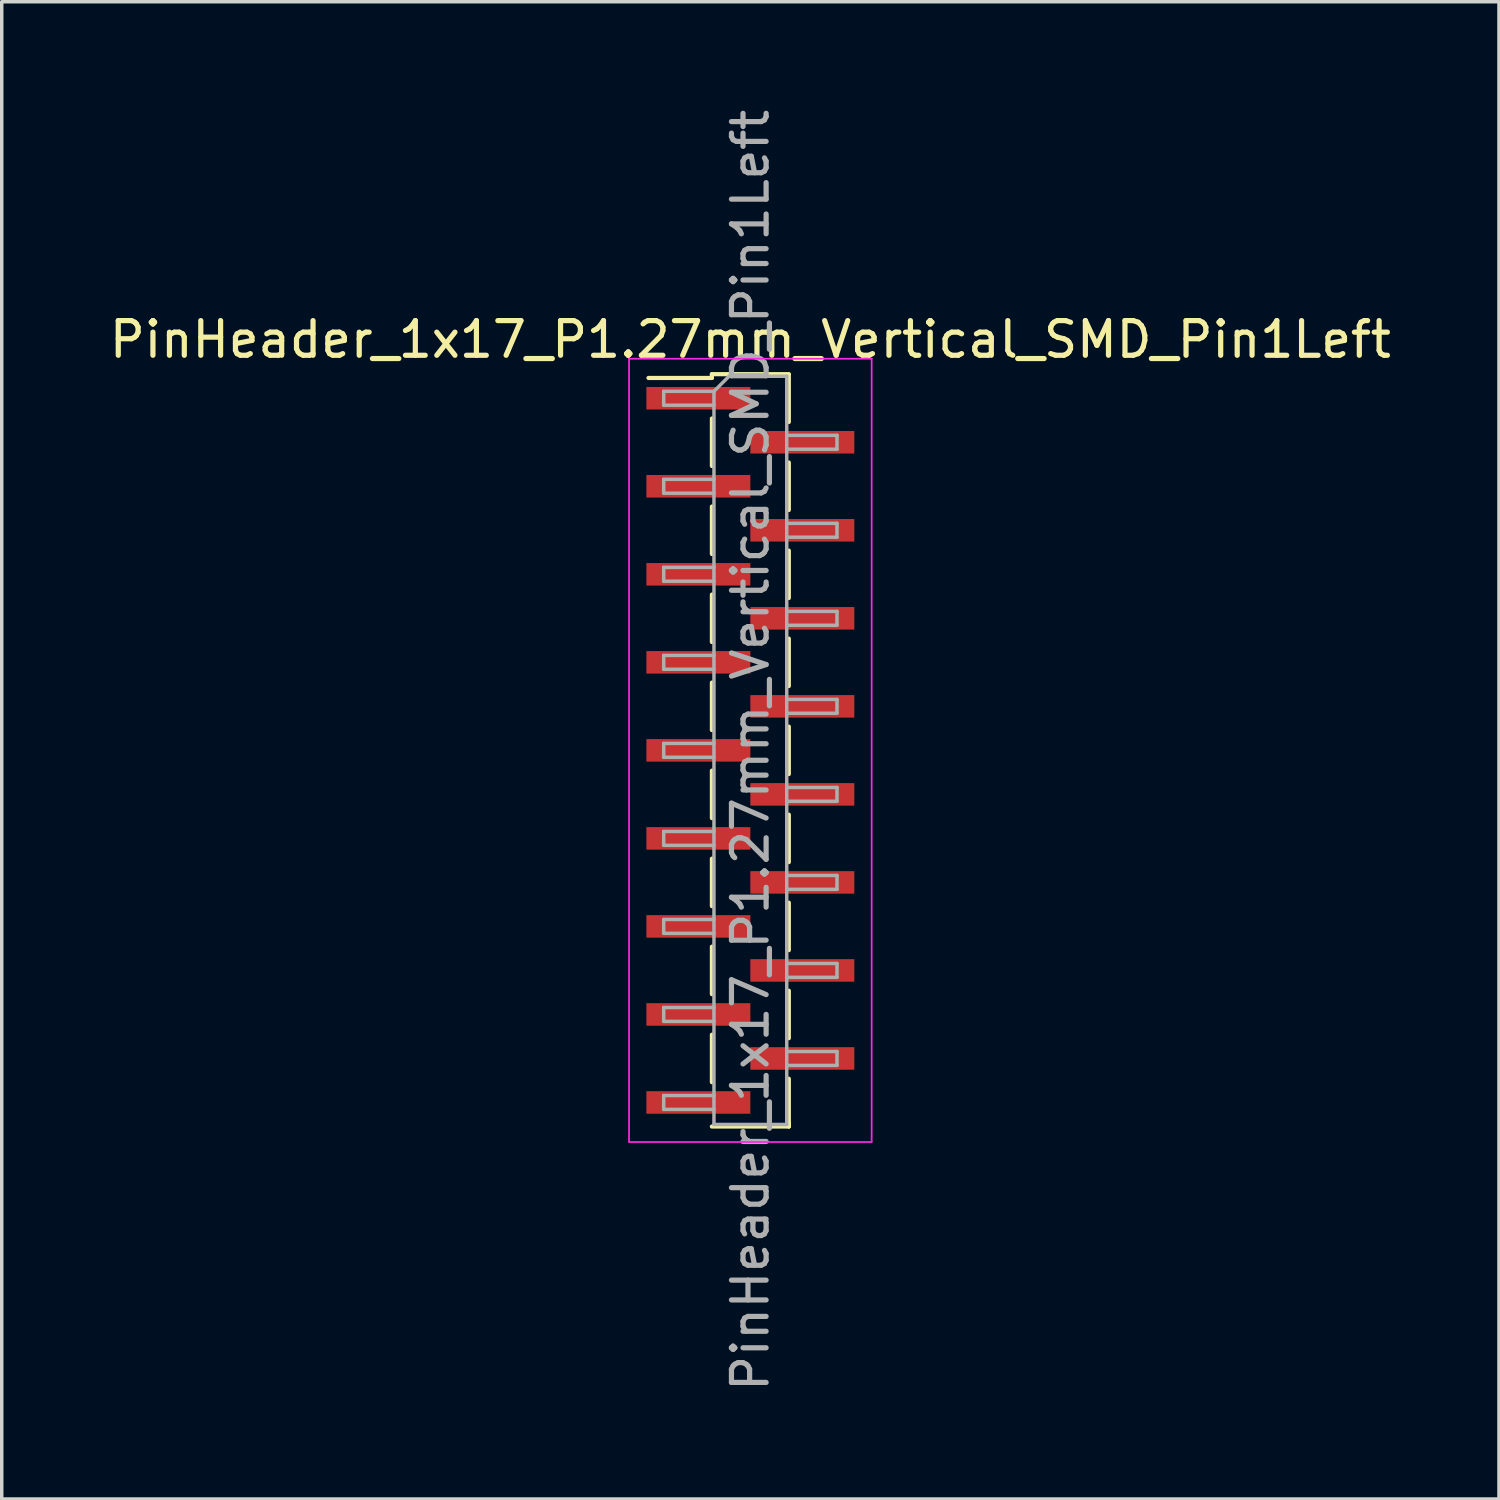
<source format=kicad_pcb>
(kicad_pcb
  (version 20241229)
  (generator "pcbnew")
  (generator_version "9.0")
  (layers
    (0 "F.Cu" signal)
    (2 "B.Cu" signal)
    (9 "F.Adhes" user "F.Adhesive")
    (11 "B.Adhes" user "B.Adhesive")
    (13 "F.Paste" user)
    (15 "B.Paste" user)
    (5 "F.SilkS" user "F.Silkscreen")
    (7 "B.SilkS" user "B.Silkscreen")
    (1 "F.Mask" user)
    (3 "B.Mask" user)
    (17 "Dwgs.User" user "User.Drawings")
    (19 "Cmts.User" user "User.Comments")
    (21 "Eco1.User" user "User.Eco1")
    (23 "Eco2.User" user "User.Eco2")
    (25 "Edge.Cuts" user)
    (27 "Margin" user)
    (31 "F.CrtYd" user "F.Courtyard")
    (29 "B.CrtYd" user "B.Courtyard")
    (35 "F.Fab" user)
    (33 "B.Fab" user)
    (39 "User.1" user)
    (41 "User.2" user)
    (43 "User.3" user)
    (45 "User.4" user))
  (footprint "PinHeader_1x17_P1.27mm_Vertical_SMD_Pin1Left"
    (layer "F.Cu")
    (at 18.601 18.601)
    (property "Reference" "PinHeader_1x17_P1.27mm_Vertical_SMD_Pin1Left" (at 0 -11.855 0) (layer "F.SilkS") (effects (font (size 1 1) (thickness 0.15))))
    (attr smd)
    (fp_line (start -1.11 -10.855) (end -1.11 -10.745) (stroke (width 0.12) (type solid)) (layer "F.SilkS"))
    (fp_line (start -1.11 -10.855) (end 1.11 -10.855) (stroke (width 0.12) (type solid)) (layer "F.SilkS"))
    (fp_line (start -1.11 -10.745) (end -2.94 -10.745) (stroke (width 0.12) (type solid)) (layer "F.SilkS"))
    (fp_line (start -1.11 -9.575) (end -1.11 -8.205) (stroke (width 0.12) (type solid)) (layer "F.SilkS"))
    (fp_line (start -1.11 -7.035) (end -1.11 -5.665) (stroke (width 0.12) (type solid)) (layer "F.SilkS"))
    (fp_line (start -1.11 -4.495) (end -1.11 -3.125) (stroke (width 0.12) (type solid)) (layer "F.SilkS"))
    (fp_line (start -1.11 -1.955) (end -1.11 -0.585) (stroke (width 0.12) (type solid)) (layer "F.SilkS"))
    (fp_line (start -1.11 0.585) (end -1.11 1.955) (stroke (width 0.12) (type solid)) (layer "F.SilkS"))
    (fp_line (start -1.11 3.125) (end -1.11 4.495) (stroke (width 0.12) (type solid)) (layer "F.SilkS"))
    (fp_line (start -1.11 5.665) (end -1.11 7.035) (stroke (width 0.12) (type solid)) (layer "F.SilkS"))
    (fp_line (start -1.11 8.205) (end -1.11 9.575) (stroke (width 0.12) (type solid)) (layer "F.SilkS"))
    (fp_line (start -1.11 10.855) (end 1.11 10.855) (stroke (width 0.12) (type solid)) (layer "F.SilkS"))
    (fp_line (start 1.11 -10.845) (end 1.11 -9.475) (stroke (width 0.12) (type solid)) (layer "F.SilkS"))
    (fp_line (start 1.11 -8.305) (end 1.11 -6.935) (stroke (width 0.12) (type solid)) (layer "F.SilkS"))
    (fp_line (start 1.11 -5.765) (end 1.11 -4.395) (stroke (width 0.12) (type solid)) (layer "F.SilkS"))
    (fp_line (start 1.11 -3.225) (end 1.11 -1.855) (stroke (width 0.12) (type solid)) (layer "F.SilkS"))
    (fp_line (start 1.11 -0.685) (end 1.11 0.685) (stroke (width 0.12) (type solid)) (layer "F.SilkS"))
    (fp_line (start 1.11 1.855) (end 1.11 3.225) (stroke (width 0.12) (type solid)) (layer "F.SilkS"))
    (fp_line (start 1.11 4.395) (end 1.11 5.765) (stroke (width 0.12) (type solid)) (layer "F.SilkS"))
    (fp_line (start 1.11 6.935) (end 1.11 8.305) (stroke (width 0.12) (type solid)) (layer "F.SilkS"))
    (fp_line (start 1.11 9.475) (end 1.11 10.845) (stroke (width 0.12) (type solid)) (layer "F.SilkS"))
    (fp_line (start 1.11 10.745) (end 1.11 10.855) (stroke (width 0.12) (type solid)) (layer "F.SilkS"))
    (fp_line (start -3.5 -11.3) (end -3.5 11.3) (stroke (width 0.05) (type solid)) (layer "F.CrtYd"))
    (fp_line (start -3.5 11.3) (end 3.5 11.3) (stroke (width 0.05) (type solid)) (layer "F.CrtYd"))
    (fp_line (start 3.5 -11.3) (end -3.5 -11.3) (stroke (width 0.05) (type solid)) (layer "F.CrtYd"))
    (fp_line (start 3.5 11.3) (end 3.5 -11.3) (stroke (width 0.05) (type solid)) (layer "F.CrtYd"))
    (fp_line (start -2.5 -10.36) (end -2.5 -9.96) (stroke (width 0.1) (type solid)) (layer "F.Fab"))
    (fp_line (start -2.5 -9.96) (end -1.05 -9.96) (stroke (width 0.1) (type solid)) (layer "F.Fab"))
    (fp_line (start -2.5 -7.82) (end -2.5 -7.42) (stroke (width 0.1) (type solid)) (layer "F.Fab"))
    (fp_line (start -2.5 -7.42) (end -1.05 -7.42) (stroke (width 0.1) (type solid)) (layer "F.Fab"))
    (fp_line (start -2.5 -5.28) (end -2.5 -4.88) (stroke (width 0.1) (type solid)) (layer "F.Fab"))
    (fp_line (start -2.5 -4.88) (end -1.05 -4.88) (stroke (width 0.1) (type solid)) (layer "F.Fab"))
    (fp_line (start -2.5 -2.74) (end -2.5 -2.34) (stroke (width 0.1) (type solid)) (layer "F.Fab"))
    (fp_line (start -2.5 -2.34) (end -1.05 -2.34) (stroke (width 0.1) (type solid)) (layer "F.Fab"))
    (fp_line (start -2.5 -0.2) (end -2.5 0.2) (stroke (width 0.1) (type solid)) (layer "F.Fab"))
    (fp_line (start -2.5 0.2) (end -1.05 0.2) (stroke (width 0.1) (type solid)) (layer "F.Fab"))
    (fp_line (start -2.5 2.34) (end -2.5 2.74) (stroke (width 0.1) (type solid)) (layer "F.Fab"))
    (fp_line (start -2.5 2.74) (end -1.05 2.74) (stroke (width 0.1) (type solid)) (layer "F.Fab"))
    (fp_line (start -2.5 4.88) (end -2.5 5.28) (stroke (width 0.1) (type solid)) (layer "F.Fab"))
    (fp_line (start -2.5 5.28) (end -1.05 5.28) (stroke (width 0.1) (type solid)) (layer "F.Fab"))
    (fp_line (start -2.5 7.42) (end -2.5 7.82) (stroke (width 0.1) (type solid)) (layer "F.Fab"))
    (fp_line (start -2.5 7.82) (end -1.05 7.82) (stroke (width 0.1) (type solid)) (layer "F.Fab"))
    (fp_line (start -2.5 9.96) (end -2.5 10.36) (stroke (width 0.1) (type solid)) (layer "F.Fab"))
    (fp_line (start -2.5 10.36) (end -1.05 10.36) (stroke (width 0.1) (type solid)) (layer "F.Fab"))
    (fp_line (start -1.05 -10.36) (end -2.5 -10.36) (stroke (width 0.1) (type solid)) (layer "F.Fab"))
    (fp_line (start -1.05 -10.36) (end -0.615 -10.795) (stroke (width 0.1) (type solid)) (layer "F.Fab"))
    (fp_line (start -1.05 -7.82) (end -2.5 -7.82) (stroke (width 0.1) (type solid)) (layer "F.Fab"))
    (fp_line (start -1.05 -5.28) (end -2.5 -5.28) (stroke (width 0.1) (type solid)) (layer "F.Fab"))
    (fp_line (start -1.05 -2.74) (end -2.5 -2.74) (stroke (width 0.1) (type solid)) (layer "F.Fab"))
    (fp_line (start -1.05 -0.2) (end -2.5 -0.2) (stroke (width 0.1) (type solid)) (layer "F.Fab"))
    (fp_line (start -1.05 2.34) (end -2.5 2.34) (stroke (width 0.1) (type solid)) (layer "F.Fab"))
    (fp_line (start -1.05 4.88) (end -2.5 4.88) (stroke (width 0.1) (type solid)) (layer "F.Fab"))
    (fp_line (start -1.05 7.42) (end -2.5 7.42) (stroke (width 0.1) (type solid)) (layer "F.Fab"))
    (fp_line (start -1.05 9.96) (end -2.5 9.96) (stroke (width 0.1) (type solid)) (layer "F.Fab"))
    (fp_line (start -1.05 10.795) (end -1.05 -10.36) (stroke (width 0.1) (type solid)) (layer "F.Fab"))
    (fp_line (start -0.615 -10.795) (end 1.05 -10.795) (stroke (width 0.1) (type solid)) (layer "F.Fab"))
    (fp_line (start 1.05 -10.795) (end 1.05 10.795) (stroke (width 0.1) (type solid)) (layer "F.Fab"))
    (fp_line (start 1.05 -9.09) (end 2.5 -9.09) (stroke (width 0.1) (type solid)) (layer "F.Fab"))
    (fp_line (start 1.05 -6.55) (end 2.5 -6.55) (stroke (width 0.1) (type solid)) (layer "F.Fab"))
    (fp_line (start 1.05 -4.01) (end 2.5 -4.01) (stroke (width 0.1) (type solid)) (layer "F.Fab"))
    (fp_line (start 1.05 -1.47) (end 2.5 -1.47) (stroke (width 0.1) (type solid)) (layer "F.Fab"))
    (fp_line (start 1.05 1.07) (end 2.5 1.07) (stroke (width 0.1) (type solid)) (layer "F.Fab"))
    (fp_line (start 1.05 3.61) (end 2.5 3.61) (stroke (width 0.1) (type solid)) (layer "F.Fab"))
    (fp_line (start 1.05 6.15) (end 2.5 6.15) (stroke (width 0.1) (type solid)) (layer "F.Fab"))
    (fp_line (start 1.05 8.69) (end 2.5 8.69) (stroke (width 0.1) (type solid)) (layer "F.Fab"))
    (fp_line (start 1.05 10.795) (end -1.05 10.795) (stroke (width 0.1) (type solid)) (layer "F.Fab"))
    (fp_line (start 2.5 -9.09) (end 2.5 -8.69) (stroke (width 0.1) (type solid)) (layer "F.Fab"))
    (fp_line (start 2.5 -8.69) (end 1.05 -8.69) (stroke (width 0.1) (type solid)) (layer "F.Fab"))
    (fp_line (start 2.5 -6.55) (end 2.5 -6.15) (stroke (width 0.1) (type solid)) (layer "F.Fab"))
    (fp_line (start 2.5 -6.15) (end 1.05 -6.15) (stroke (width 0.1) (type solid)) (layer "F.Fab"))
    (fp_line (start 2.5 -4.01) (end 2.5 -3.61) (stroke (width 0.1) (type solid)) (layer "F.Fab"))
    (fp_line (start 2.5 -3.61) (end 1.05 -3.61) (stroke (width 0.1) (type solid)) (layer "F.Fab"))
    (fp_line (start 2.5 -1.47) (end 2.5 -1.07) (stroke (width 0.1) (type solid)) (layer "F.Fab"))
    (fp_line (start 2.5 -1.07) (end 1.05 -1.07) (stroke (width 0.1) (type solid)) (layer "F.Fab"))
    (fp_line (start 2.5 1.07) (end 2.5 1.47) (stroke (width 0.1) (type solid)) (layer "F.Fab"))
    (fp_line (start 2.5 1.47) (end 1.05 1.47) (stroke (width 0.1) (type solid)) (layer "F.Fab"))
    (fp_line (start 2.5 3.61) (end 2.5 4.01) (stroke (width 0.1) (type solid)) (layer "F.Fab"))
    (fp_line (start 2.5 4.01) (end 1.05 4.01) (stroke (width 0.1) (type solid)) (layer "F.Fab"))
    (fp_line (start 2.5 6.15) (end 2.5 6.55) (stroke (width 0.1) (type solid)) (layer "F.Fab"))
    (fp_line (start 2.5 6.55) (end 1.05 6.55) (stroke (width 0.1) (type solid)) (layer "F.Fab"))
    (fp_line (start 2.5 8.69) (end 2.5 9.09) (stroke (width 0.1) (type solid)) (layer "F.Fab"))
    (fp_line (start 2.5 9.09) (end 1.05 9.09) (stroke (width 0.1) (type solid)) (layer "F.Fab"))
    (fp_text user "${REFERENCE}" (at 0 0 90) (layer "F.Fab") (effects (font (size 1 1) (thickness 0.15))))
    (pad "1" smd rect (at -1.5 -10.16) (size 3 0.65) (layers "F.Cu" "F.Mask" "F.Paste"))
    (pad "2" smd rect (at 1.5 -8.89) (size 3 0.65) (layers "F.Cu" "F.Mask" "F.Paste"))
    (pad "3" smd rect (at -1.5 -7.62) (size 3 0.65) (layers "F.Cu" "F.Mask" "F.Paste"))
    (pad "4" smd rect (at 1.5 -6.35) (size 3 0.65) (layers "F.Cu" "F.Mask" "F.Paste"))
    (pad "5" smd rect (at -1.5 -5.08) (size 3 0.65) (layers "F.Cu" "F.Mask" "F.Paste"))
    (pad "6" smd rect (at 1.5 -3.81) (size 3 0.65) (layers "F.Cu" "F.Mask" "F.Paste"))
    (pad "7" smd rect (at -1.5 -2.54) (size 3 0.65) (layers "F.Cu" "F.Mask" "F.Paste"))
    (pad "8" smd rect (at 1.5 -1.27) (size 3 0.65) (layers "F.Cu" "F.Mask" "F.Paste"))
    (pad "9" smd rect (at -1.5 0) (size 3 0.65) (layers "F.Cu" "F.Mask" "F.Paste"))
    (pad "10" smd rect (at 1.5 1.27) (size 3 0.65) (layers "F.Cu" "F.Mask" "F.Paste"))
    (pad "11" smd rect (at -1.5 2.54) (size 3 0.65) (layers "F.Cu" "F.Mask" "F.Paste"))
    (pad "12" smd rect (at 1.5 3.81) (size 3 0.65) (layers "F.Cu" "F.Mask" "F.Paste"))
    (pad "13" smd rect (at -1.5 5.08) (size 3 0.65) (layers "F.Cu" "F.Mask" "F.Paste"))
    (pad "14" smd rect (at 1.5 6.35) (size 3 0.65) (layers "F.Cu" "F.Mask" "F.Paste"))
    (pad "15" smd rect (at -1.5 7.62) (size 3 0.65) (layers "F.Cu" "F.Mask" "F.Paste"))
    (pad "16" smd rect (at 1.5 8.89) (size 3 0.65) (layers "F.Cu" "F.Mask" "F.Paste"))
    (pad "17" smd rect (at -1.5 10.16) (size 3 0.65) (layers "F.Cu" "F.Mask" "F.Paste")))
  (gr_rect
    (start -3 -3)
    (end 40.202 40.202)
    (stroke (width 0.1) (type default))
    (fill no)
    (layer "Edge.Cuts")))
</source>
